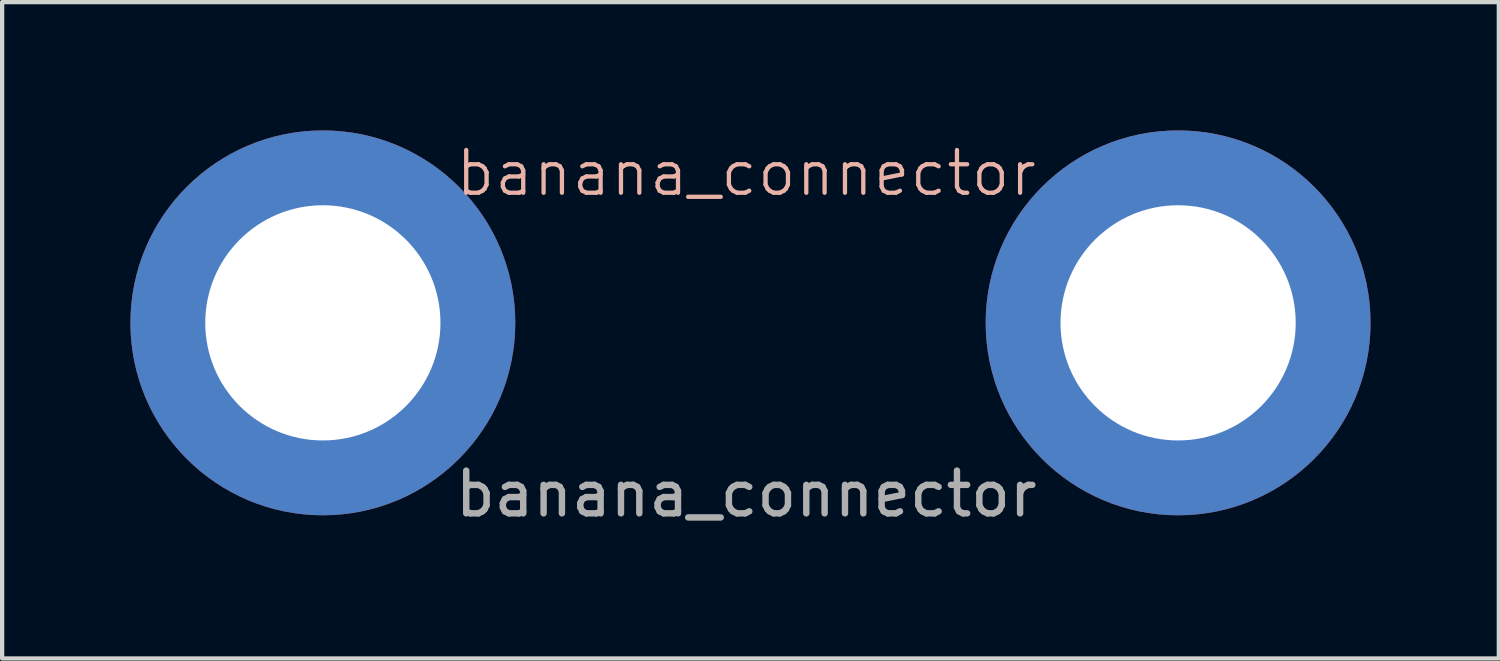
<source format=kicad_pcb>
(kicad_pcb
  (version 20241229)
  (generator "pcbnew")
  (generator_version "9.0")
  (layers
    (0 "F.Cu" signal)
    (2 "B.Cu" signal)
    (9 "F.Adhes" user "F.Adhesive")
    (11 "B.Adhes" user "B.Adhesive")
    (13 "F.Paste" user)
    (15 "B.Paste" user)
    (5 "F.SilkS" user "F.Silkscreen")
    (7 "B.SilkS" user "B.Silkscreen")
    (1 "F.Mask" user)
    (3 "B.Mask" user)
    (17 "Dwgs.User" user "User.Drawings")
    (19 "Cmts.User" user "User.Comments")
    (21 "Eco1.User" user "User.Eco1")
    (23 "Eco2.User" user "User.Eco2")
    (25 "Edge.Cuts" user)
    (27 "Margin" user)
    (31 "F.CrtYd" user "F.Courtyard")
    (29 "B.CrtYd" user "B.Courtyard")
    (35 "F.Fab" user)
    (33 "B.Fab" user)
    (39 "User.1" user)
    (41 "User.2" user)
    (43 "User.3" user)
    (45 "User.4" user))
  (footprint "banana_connector"
    (layer "F.Cu")
    (at 14.4 4.5)
    (property "Reference" "banana_connector" (at 0 -3.5 0) (unlocked yes) (layer "B.SilkS") (effects (font (size 1 1) (thickness 0.1))))
    (attr through_hole)
    (fp_text user "${REFERENCE}" (at 0 4 0) (unlocked yes) (layer "F.Fab") (effects (font (size 1 1) (thickness 0.15))))
    (pad "1" thru_hole circle (at -9.9 0) (size 9 9) (drill 5.5) (layers "*.Cu" "*.Mask"))
    (pad "2" thru_hole circle (at 10.1 0) (size 9 9) (drill 5.5) (layers "*.Cu" "*.Mask")))
  (gr_rect
    (start -3 -3)
    (end 32 12.348)
    (stroke (width 0.1) (type default))
    (fill no)
    (layer "Edge.Cuts")))
</source>
